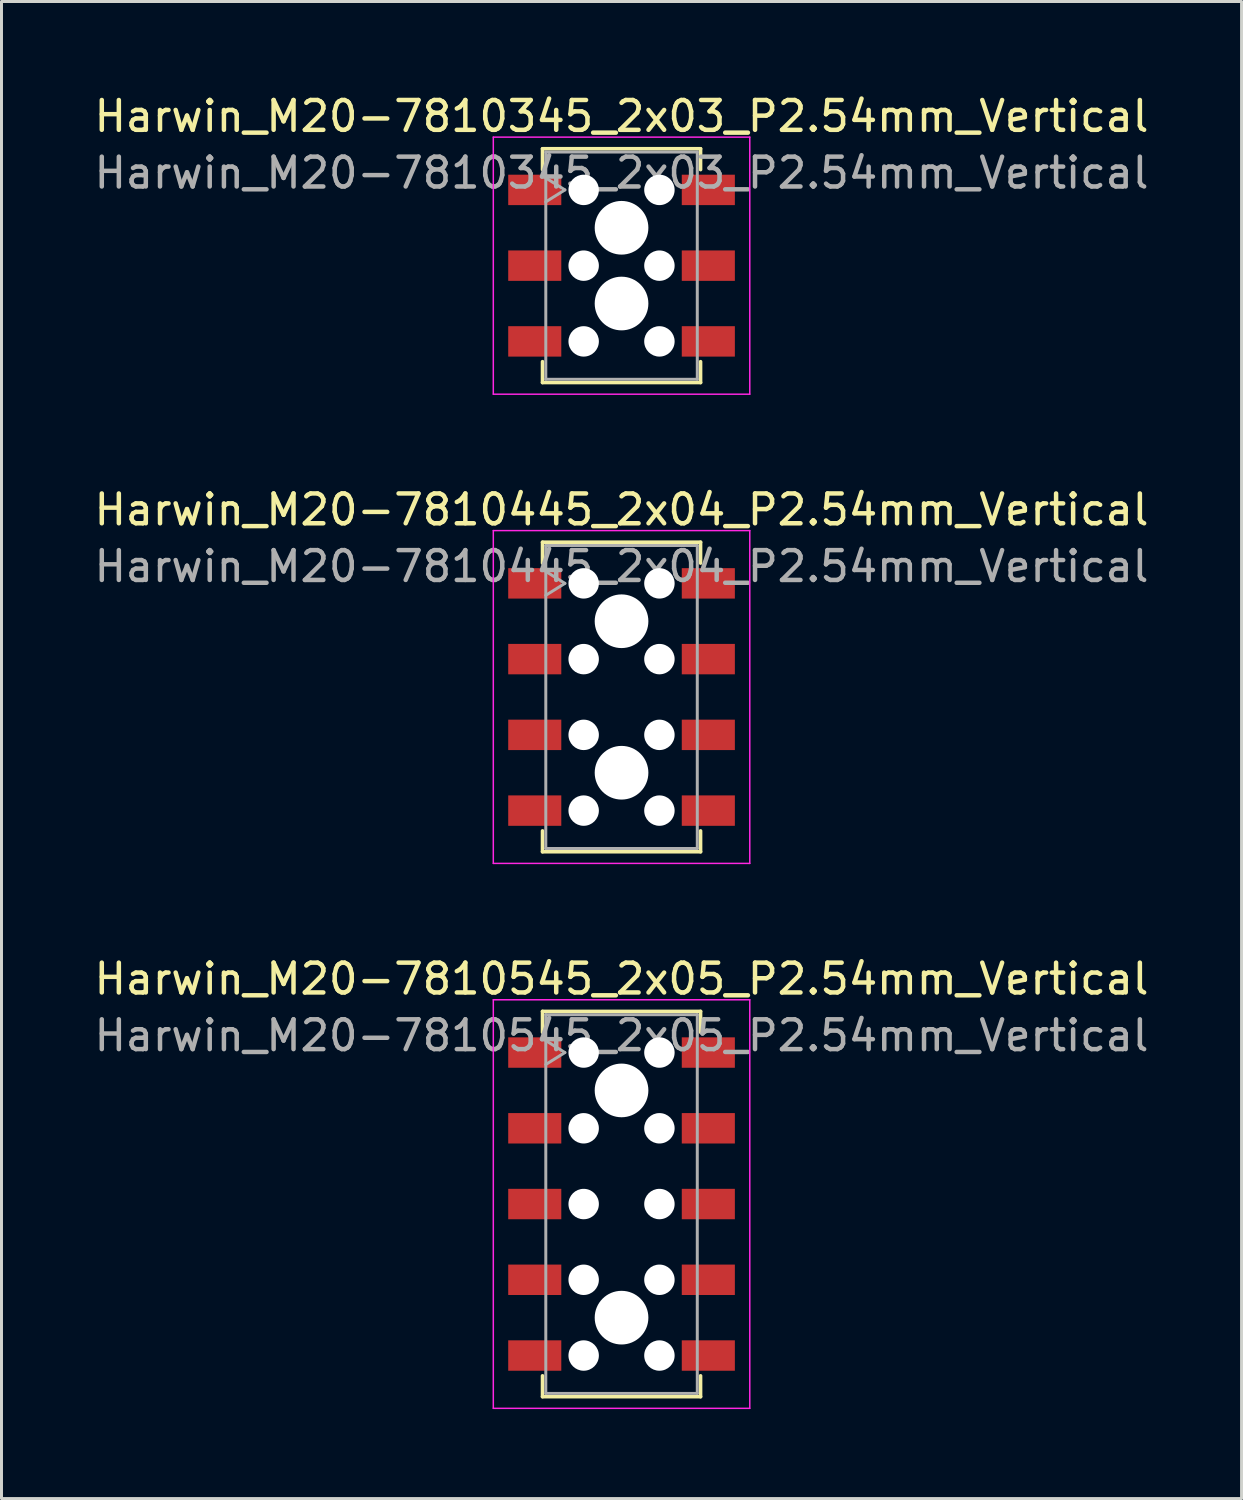
<source format=kicad_pcb>
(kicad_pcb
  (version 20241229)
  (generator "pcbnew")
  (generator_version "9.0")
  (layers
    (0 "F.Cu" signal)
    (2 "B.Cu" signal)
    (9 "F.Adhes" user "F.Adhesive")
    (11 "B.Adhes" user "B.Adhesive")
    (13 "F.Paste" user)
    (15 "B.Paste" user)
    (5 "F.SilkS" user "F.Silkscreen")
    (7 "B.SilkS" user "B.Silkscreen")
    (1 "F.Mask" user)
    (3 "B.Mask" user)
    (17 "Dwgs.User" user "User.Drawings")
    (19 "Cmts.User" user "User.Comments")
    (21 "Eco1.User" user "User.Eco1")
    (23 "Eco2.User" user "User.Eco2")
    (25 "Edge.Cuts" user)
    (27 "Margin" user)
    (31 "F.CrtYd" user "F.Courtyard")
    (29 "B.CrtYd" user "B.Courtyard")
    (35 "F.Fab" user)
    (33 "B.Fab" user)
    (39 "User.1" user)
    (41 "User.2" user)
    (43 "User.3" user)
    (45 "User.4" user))
  (footprint "Harwin_M20-7810445_2x04_P2.54mm_Vertical"
    (layer "F.Cu")
    (at 17.792 20.322)
    (property "Reference" "Harwin_M20-7810445_2x04_P2.54mm_Vertical" (at 0 -6.28 0) (layer "F.SilkS") (effects (font (size 1 1) (thickness 0.15))))
    (attr smd)
    (fp_line (start -2.65 -5.19) (end 2.65 -5.19) (stroke (width 0.12) (type solid)) (layer "F.SilkS"))
    (fp_line (start -2.65 -4.49) (end -2.65 -5.19) (stroke (width 0.12) (type solid)) (layer "F.SilkS"))
    (fp_line (start -2.65 4.49) (end -2.65 5.19) (stroke (width 0.12) (type solid)) (layer "F.SilkS"))
    (fp_line (start -2.65 5.19) (end 2.65 5.19) (stroke (width 0.12) (type solid)) (layer "F.SilkS"))
    (fp_line (start 2.65 -5.19) (end 2.65 -4.49) (stroke (width 0.12) (type solid)) (layer "F.SilkS"))
    (fp_line (start 2.65 5.19) (end 2.65 4.49) (stroke (width 0.12) (type solid)) (layer "F.SilkS"))
    (fp_line (start -4.3 -5.58) (end 4.3 -5.58) (stroke (width 0.05) (type solid)) (layer "F.CrtYd"))
    (fp_line (start -4.3 5.58) (end -4.3 -5.58) (stroke (width 0.05) (type solid)) (layer "F.CrtYd"))
    (fp_line (start 4.3 -5.58) (end 4.3 5.58) (stroke (width 0.05) (type solid)) (layer "F.CrtYd"))
    (fp_line (start 4.3 5.58) (end -4.3 5.58) (stroke (width 0.05) (type solid)) (layer "F.CrtYd"))
    (fp_line (start -2.54 -5.08) (end 2.54 -5.08) (stroke (width 0.1) (type solid)) (layer "F.Fab"))
    (fp_line (start -2.54 -4.21) (end -1.9 -3.81) (stroke (width 0.1) (type solid)) (layer "F.Fab"))
    (fp_line (start -2.54 5.08) (end -2.54 -5.08) (stroke (width 0.1) (type solid)) (layer "F.Fab"))
    (fp_line (start -1.9 -3.81) (end -2.54 -3.41) (stroke (width 0.1) (type solid)) (layer "F.Fab"))
    (fp_line (start 2.54 -5.08) (end 2.54 5.08) (stroke (width 0.1) (type solid)) (layer "F.Fab"))
    (fp_line (start 2.54 5.08) (end -2.54 5.08) (stroke (width 0.1) (type solid)) (layer "F.Fab"))
    (fp_text user "${REFERENCE}" (at 0 -4.38 0) (layer "F.Fab") (effects (font (size 1 1) (thickness 0.15))))
    (pad "" np_thru_hole circle (at -1.27 -3.81) (size 1.02 1.02) (drill 1.02) (layers "*.Cu" "*.Mask"))
    (pad "" np_thru_hole circle (at -1.27 -1.27) (size 1.02 1.02) (drill 1.02) (layers "*.Cu" "*.Mask"))
    (pad "" np_thru_hole circle (at -1.27 1.27) (size 1.02 1.02) (drill 1.02) (layers "*.Cu" "*.Mask"))
    (pad "" np_thru_hole circle (at -1.27 3.81) (size 1.02 1.02) (drill 1.02) (layers "*.Cu" "*.Mask"))
    (pad "" np_thru_hole circle (at 0 -2.54) (size 1.8 1.8) (drill 1.8) (layers "*.Cu" "*.Mask"))
    (pad "" np_thru_hole circle (at 0 2.54) (size 1.8 1.8) (drill 1.8) (layers "*.Cu" "*.Mask"))
    (pad "" np_thru_hole circle (at 1.27 -3.81) (size 1.02 1.02) (drill 1.02) (layers "*.Cu" "*.Mask"))
    (pad "" np_thru_hole circle (at 1.27 -1.27) (size 1.02 1.02) (drill 1.02) (layers "*.Cu" "*.Mask"))
    (pad "" np_thru_hole circle (at 1.27 1.27) (size 1.02 1.02) (drill 1.02) (layers "*.Cu" "*.Mask"))
    (pad "" np_thru_hole circle (at 1.27 3.81) (size 1.02 1.02) (drill 1.02) (layers "*.Cu" "*.Mask"))
    (pad "1" smd rect (at -2.91 -3.81) (size 1.78 1.02) (layers "F.Cu" "F.Mask" "F.Paste"))
    (pad "2" smd rect (at -2.91 -1.27) (size 1.78 1.02) (layers "F.Cu" "F.Mask" "F.Paste"))
    (pad "3" smd rect (at -2.91 1.27) (size 1.78 1.02) (layers "F.Cu" "F.Mask" "F.Paste"))
    (pad "4" smd rect (at -2.91 3.81) (size 1.78 1.02) (layers "F.Cu" "F.Mask" "F.Paste"))
    (pad "5" smd rect (at 2.91 -3.81) (size 1.78 1.02) (layers "F.Cu" "F.Mask" "F.Paste"))
    (pad "6" smd rect (at 2.91 -1.27) (size 1.78 1.02) (layers "F.Cu" "F.Mask" "F.Paste"))
    (pad "7" smd rect (at 2.91 1.27) (size 1.78 1.02) (layers "F.Cu" "F.Mask" "F.Paste"))
    (pad "8" smd rect (at 2.91 3.81) (size 1.78 1.02) (layers "F.Cu" "F.Mask" "F.Paste")))
  (footprint "Harwin_M20-7810545_2x05_P2.54mm_Vertical"
    (layer "F.Cu")
    (at 17.792 37.325)
    (property "Reference" "Harwin_M20-7810545_2x05_P2.54mm_Vertical" (at 0 -7.55 0) (layer "F.SilkS") (effects (font (size 1 1) (thickness 0.15))))
    (attr smd)
    (fp_line (start -2.65 -6.46) (end 2.65 -6.46) (stroke (width 0.12) (type solid)) (layer "F.SilkS"))
    (fp_line (start -2.65 -5.76) (end -2.65 -6.46) (stroke (width 0.12) (type solid)) (layer "F.SilkS"))
    (fp_line (start -2.65 5.76) (end -2.65 6.46) (stroke (width 0.12) (type solid)) (layer "F.SilkS"))
    (fp_line (start -2.65 6.46) (end 2.65 6.46) (stroke (width 0.12) (type solid)) (layer "F.SilkS"))
    (fp_line (start 2.65 -6.46) (end 2.65 -5.76) (stroke (width 0.12) (type solid)) (layer "F.SilkS"))
    (fp_line (start 2.65 6.46) (end 2.65 5.76) (stroke (width 0.12) (type solid)) (layer "F.SilkS"))
    (fp_line (start -4.3 -6.85) (end 4.3 -6.85) (stroke (width 0.05) (type solid)) (layer "F.CrtYd"))
    (fp_line (start -4.3 6.85) (end -4.3 -6.85) (stroke (width 0.05) (type solid)) (layer "F.CrtYd"))
    (fp_line (start 4.3 -6.85) (end 4.3 6.85) (stroke (width 0.05) (type solid)) (layer "F.CrtYd"))
    (fp_line (start 4.3 6.85) (end -4.3 6.85) (stroke (width 0.05) (type solid)) (layer "F.CrtYd"))
    (fp_line (start -2.54 -6.35) (end 2.54 -6.35) (stroke (width 0.1) (type solid)) (layer "F.Fab"))
    (fp_line (start -2.54 -5.48) (end -1.9 -5.08) (stroke (width 0.1) (type solid)) (layer "F.Fab"))
    (fp_line (start -2.54 6.35) (end -2.54 -6.35) (stroke (width 0.1) (type solid)) (layer "F.Fab"))
    (fp_line (start -1.9 -5.08) (end -2.54 -4.68) (stroke (width 0.1) (type solid)) (layer "F.Fab"))
    (fp_line (start 2.54 -6.35) (end 2.54 6.35) (stroke (width 0.1) (type solid)) (layer "F.Fab"))
    (fp_line (start 2.54 6.35) (end -2.54 6.35) (stroke (width 0.1) (type solid)) (layer "F.Fab"))
    (fp_text user "${REFERENCE}" (at 0 -5.65 0) (layer "F.Fab") (effects (font (size 1 1) (thickness 0.15))))
    (pad "" np_thru_hole circle (at -1.27 -5.08) (size 1.02 1.02) (drill 1.02) (layers "*.Cu" "*.Mask"))
    (pad "" np_thru_hole circle (at -1.27 -2.54) (size 1.02 1.02) (drill 1.02) (layers "*.Cu" "*.Mask"))
    (pad "" np_thru_hole circle (at -1.27 0) (size 1.02 1.02) (drill 1.02) (layers "*.Cu" "*.Mask"))
    (pad "" np_thru_hole circle (at -1.27 2.54) (size 1.02 1.02) (drill 1.02) (layers "*.Cu" "*.Mask"))
    (pad "" np_thru_hole circle (at -1.27 5.08) (size 1.02 1.02) (drill 1.02) (layers "*.Cu" "*.Mask"))
    (pad "" np_thru_hole circle (at 0 -3.81) (size 1.8 1.8) (drill 1.8) (layers "*.Cu" "*.Mask"))
    (pad "" np_thru_hole circle (at 0 3.81) (size 1.8 1.8) (drill 1.8) (layers "*.Cu" "*.Mask"))
    (pad "" np_thru_hole circle (at 1.27 -5.08) (size 1.02 1.02) (drill 1.02) (layers "*.Cu" "*.Mask"))
    (pad "" np_thru_hole circle (at 1.27 -2.54) (size 1.02 1.02) (drill 1.02) (layers "*.Cu" "*.Mask"))
    (pad "" np_thru_hole circle (at 1.27 0) (size 1.02 1.02) (drill 1.02) (layers "*.Cu" "*.Mask"))
    (pad "" np_thru_hole circle (at 1.27 2.54) (size 1.02 1.02) (drill 1.02) (layers "*.Cu" "*.Mask"))
    (pad "" np_thru_hole circle (at 1.27 5.08) (size 1.02 1.02) (drill 1.02) (layers "*.Cu" "*.Mask"))
    (pad "1" smd rect (at -2.91 -5.08) (size 1.78 1.02) (layers "F.Cu" "F.Mask" "F.Paste"))
    (pad "2" smd rect (at -2.91 -2.54) (size 1.78 1.02) (layers "F.Cu" "F.Mask" "F.Paste"))
    (pad "3" smd rect (at -2.91 0) (size 1.78 1.02) (layers "F.Cu" "F.Mask" "F.Paste"))
    (pad "4" smd rect (at -2.91 2.54) (size 1.78 1.02) (layers "F.Cu" "F.Mask" "F.Paste"))
    (pad "5" smd rect (at -2.91 5.08) (size 1.78 1.02) (layers "F.Cu" "F.Mask" "F.Paste"))
    (pad "6" smd rect (at 2.91 -5.08) (size 1.78 1.02) (layers "F.Cu" "F.Mask" "F.Paste"))
    (pad "7" smd rect (at 2.91 -2.54) (size 1.78 1.02) (layers "F.Cu" "F.Mask" "F.Paste"))
    (pad "8" smd rect (at 2.91 0) (size 1.78 1.02) (layers "F.Cu" "F.Mask" "F.Paste"))
    (pad "9" smd rect (at 2.91 2.54) (size 1.78 1.02) (layers "F.Cu" "F.Mask" "F.Paste"))
    (pad "10" smd rect (at 2.91 5.08) (size 1.78 1.02) (layers "F.Cu" "F.Mask" "F.Paste")))
  (footprint "Harwin_M20-7810345_2x03_P2.54mm_Vertical"
    (layer "F.Cu")
    (at 17.792 5.858)
    (property "Reference" "Harwin_M20-7810345_2x03_P2.54mm_Vertical" (at 0 -5.01 0) (layer "F.SilkS") (effects (font (size 1 1) (thickness 0.15))))
    (attr smd)
    (fp_line (start -2.65 -3.92) (end 2.65 -3.92) (stroke (width 0.12) (type solid)) (layer "F.SilkS"))
    (fp_line (start -2.65 -3.22) (end -2.65 -3.92) (stroke (width 0.12) (type solid)) (layer "F.SilkS"))
    (fp_line (start -2.65 3.22) (end -2.65 3.92) (stroke (width 0.12) (type solid)) (layer "F.SilkS"))
    (fp_line (start -2.65 3.92) (end 2.65 3.92) (stroke (width 0.12) (type solid)) (layer "F.SilkS"))
    (fp_line (start 2.65 -3.92) (end 2.65 -3.22) (stroke (width 0.12) (type solid)) (layer "F.SilkS"))
    (fp_line (start 2.65 3.92) (end 2.65 3.22) (stroke (width 0.12) (type solid)) (layer "F.SilkS"))
    (fp_line (start -4.3 -4.31) (end 4.3 -4.31) (stroke (width 0.05) (type solid)) (layer "F.CrtYd"))
    (fp_line (start -4.3 4.31) (end -4.3 -4.31) (stroke (width 0.05) (type solid)) (layer "F.CrtYd"))
    (fp_line (start 4.3 -4.31) (end 4.3 4.31) (stroke (width 0.05) (type solid)) (layer "F.CrtYd"))
    (fp_line (start 4.3 4.31) (end -4.3 4.31) (stroke (width 0.05) (type solid)) (layer "F.CrtYd"))
    (fp_line (start -2.54 -3.81) (end 2.54 -3.81) (stroke (width 0.1) (type solid)) (layer "F.Fab"))
    (fp_line (start -2.54 -2.94) (end -1.9 -2.54) (stroke (width 0.1) (type solid)) (layer "F.Fab"))
    (fp_line (start -2.54 3.81) (end -2.54 -3.81) (stroke (width 0.1) (type solid)) (layer "F.Fab"))
    (fp_line (start -1.9 -2.54) (end -2.54 -2.14) (stroke (width 0.1) (type solid)) (layer "F.Fab"))
    (fp_line (start 2.54 -3.81) (end 2.54 3.81) (stroke (width 0.1) (type solid)) (layer "F.Fab"))
    (fp_line (start 2.54 3.81) (end -2.54 3.81) (stroke (width 0.1) (type solid)) (layer "F.Fab"))
    (fp_text user "${REFERENCE}" (at 0 -3.11 0) (layer "F.Fab") (effects (font (size 1 1) (thickness 0.15))))
    (pad "" np_thru_hole circle (at -1.27 -2.54) (size 1.02 1.02) (drill 1.02) (layers "*.Cu" "*.Mask"))
    (pad "" np_thru_hole circle (at -1.27 0) (size 1.02 1.02) (drill 1.02) (layers "*.Cu" "*.Mask"))
    (pad "" np_thru_hole circle (at -1.27 2.54) (size 1.02 1.02) (drill 1.02) (layers "*.Cu" "*.Mask"))
    (pad "" np_thru_hole circle (at 0 -1.27) (size 1.8 1.8) (drill 1.8) (layers "*.Cu" "*.Mask"))
    (pad "" np_thru_hole circle (at 0 1.27) (size 1.8 1.8) (drill 1.8) (layers "*.Cu" "*.Mask"))
    (pad "" np_thru_hole circle (at 1.27 -2.54) (size 1.02 1.02) (drill 1.02) (layers "*.Cu" "*.Mask"))
    (pad "" np_thru_hole circle (at 1.27 0) (size 1.02 1.02) (drill 1.02) (layers "*.Cu" "*.Mask"))
    (pad "" np_thru_hole circle (at 1.27 2.54) (size 1.02 1.02) (drill 1.02) (layers "*.Cu" "*.Mask"))
    (pad "1" smd rect (at -2.91 -2.54) (size 1.78 1.02) (layers "F.Cu" "F.Mask" "F.Paste"))
    (pad "2" smd rect (at -2.91 0) (size 1.78 1.02) (layers "F.Cu" "F.Mask" "F.Paste"))
    (pad "3" smd rect (at -2.91 2.54) (size 1.78 1.02) (layers "F.Cu" "F.Mask" "F.Paste"))
    (pad "4" smd rect (at 2.91 -2.54) (size 1.78 1.02) (layers "F.Cu" "F.Mask" "F.Paste"))
    (pad "5" smd rect (at 2.91 0) (size 1.78 1.02) (layers "F.Cu" "F.Mask" "F.Paste"))
    (pad "6" smd rect (at 2.91 2.54) (size 1.78 1.02) (layers "F.Cu" "F.Mask" "F.Paste")))
  (gr_rect
    (start -3 -3)
    (end 38.583 47.2)
    (stroke (width 0.1) (type default))
    (fill no)
    (layer "Edge.Cuts")))
</source>
